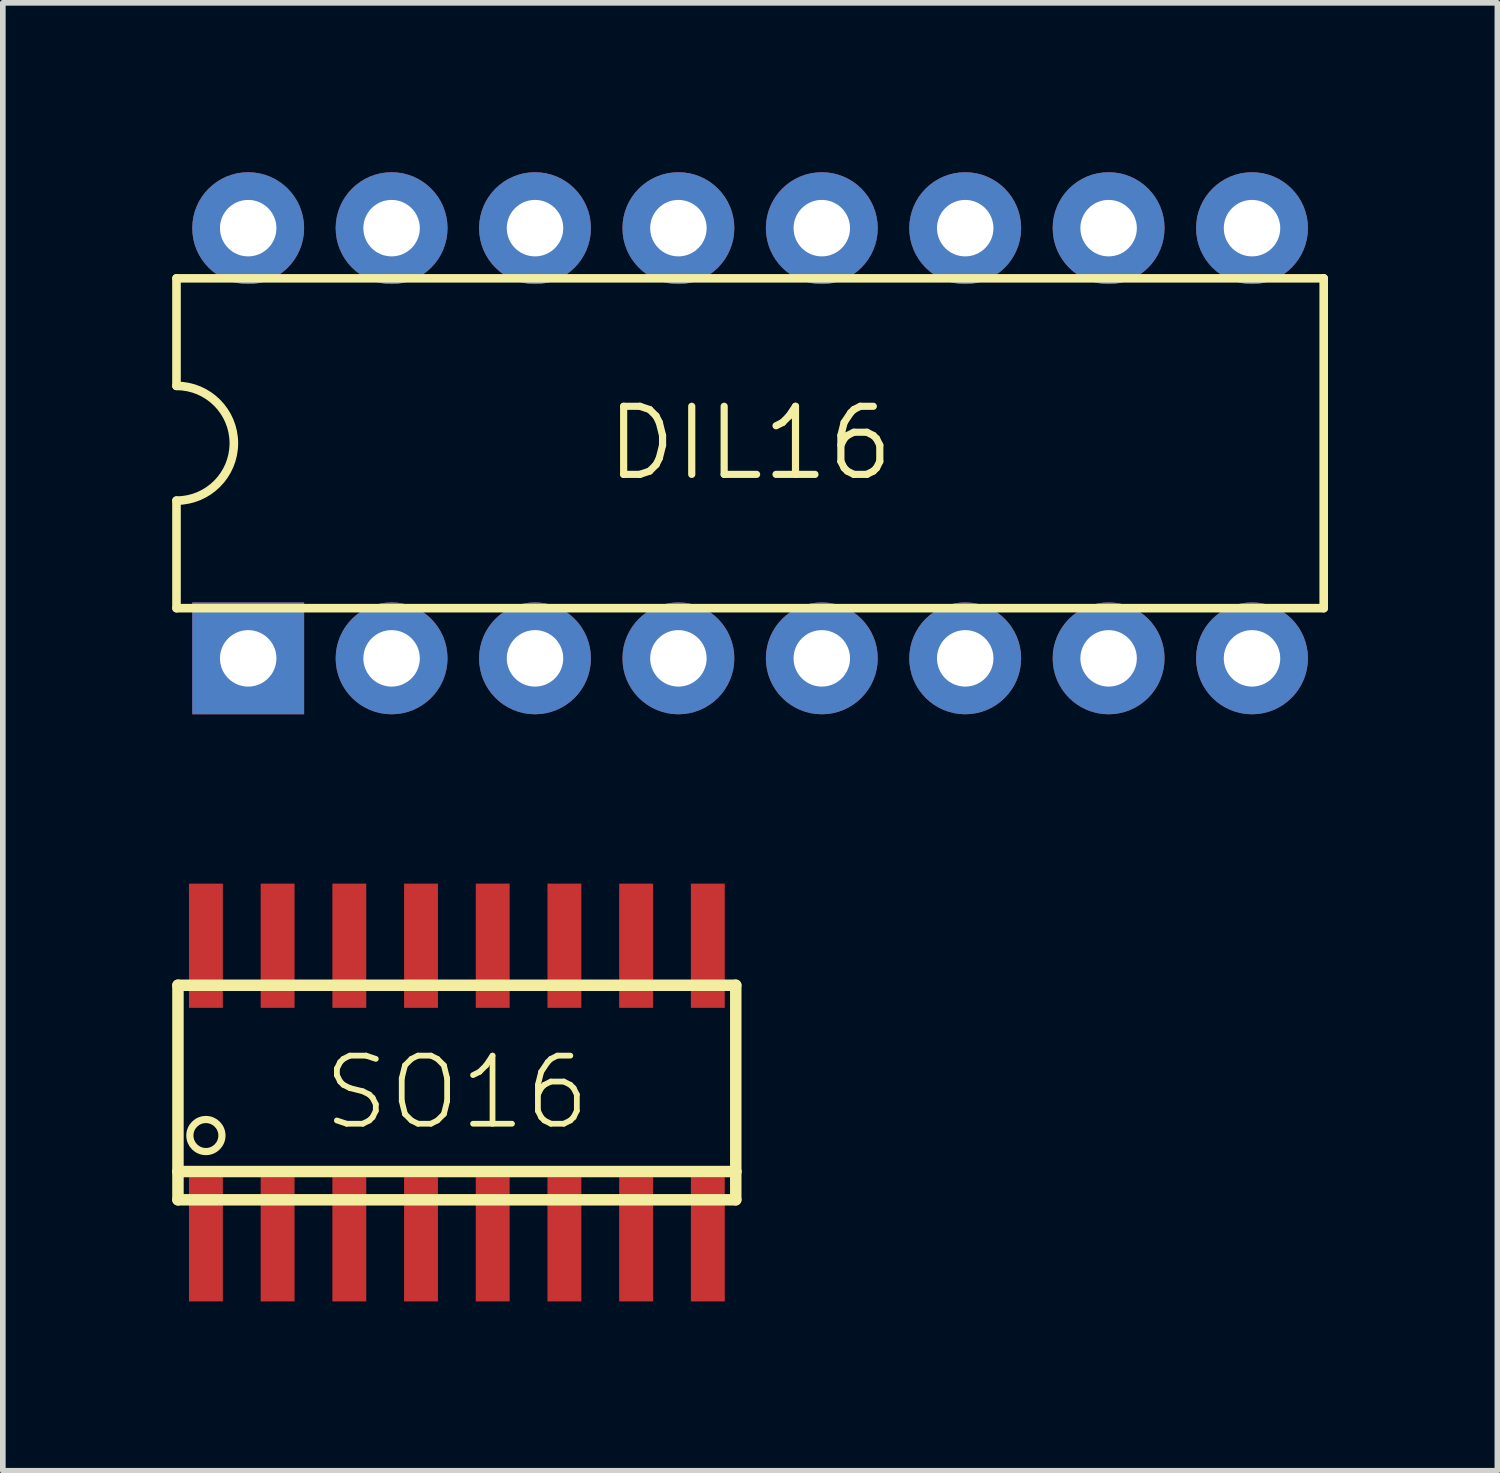
<source format=kicad_pcb>
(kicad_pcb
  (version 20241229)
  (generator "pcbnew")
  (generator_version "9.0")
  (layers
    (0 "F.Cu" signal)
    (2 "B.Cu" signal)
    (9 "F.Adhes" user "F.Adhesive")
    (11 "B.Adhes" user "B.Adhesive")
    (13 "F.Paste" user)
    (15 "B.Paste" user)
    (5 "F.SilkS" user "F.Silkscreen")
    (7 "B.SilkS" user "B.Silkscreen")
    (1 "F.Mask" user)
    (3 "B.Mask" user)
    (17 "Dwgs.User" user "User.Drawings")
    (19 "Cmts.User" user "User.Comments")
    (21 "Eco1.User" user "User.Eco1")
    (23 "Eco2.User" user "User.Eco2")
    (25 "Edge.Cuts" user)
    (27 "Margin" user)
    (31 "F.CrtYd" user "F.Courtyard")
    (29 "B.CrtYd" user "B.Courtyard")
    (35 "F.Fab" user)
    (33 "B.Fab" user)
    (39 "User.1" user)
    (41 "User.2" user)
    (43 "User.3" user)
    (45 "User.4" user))
  (footprint "DIL16"
    (layer "F.Cu")
    (at 10.236 4.801)
    (property "Reference" "DIL16" (at 0 0 0) (layer "F.SilkS") (effects (font (size 1.206 1.206) (thickness 0.127))))
    (attr through_hole)
    (fp_line (start -10.16 -2.921) (end -10.16 -1.016) (stroke (width 0.152) (type solid)) (layer "F.SilkS"))
    (fp_line (start -10.16 2.921) (end -10.16 1.016) (stroke (width 0.152) (type solid)) (layer "F.SilkS"))
    (fp_line (start -10.16 2.921) (end 10.16 2.921) (stroke (width 0.152) (type solid)) (layer "F.SilkS"))
    (fp_line (start 10.16 -2.921) (end -10.16 -2.921) (stroke (width 0.152) (type solid)) (layer "F.SilkS"))
    (fp_line (start 10.16 -2.921) (end 10.16 2.921) (stroke (width 0.152) (type solid)) (layer "F.SilkS"))
    (fp_arc (start -10.16 -1.016) (mid -9.144 0) (end -10.16 1.016) (stroke (width 0.1524) (type solid)) (layer "F.SilkS"))
    (pad "1" thru_hole rect (at -8.89 3.81 90) (size 1.981 1.981) (drill 1) (layers "*.Cu" "*.Mask"))
    (pad "2" thru_hole oval (at -6.35 3.81 90) (size 1.981 1.981) (drill 1) (layers "*.Cu" "*.Mask"))
    (pad "3" thru_hole oval (at -3.81 3.81 90) (size 1.981 1.981) (drill 1) (layers "*.Cu" "*.Mask"))
    (pad "4" thru_hole oval (at -1.27 3.81 90) (size 1.981 1.981) (drill 1) (layers "*.Cu" "*.Mask"))
    (pad "5" thru_hole oval (at 1.27 3.81 90) (size 1.981 1.981) (drill 1) (layers "*.Cu" "*.Mask"))
    (pad "6" thru_hole oval (at 3.81 3.81 90) (size 1.981 1.981) (drill 1) (layers "*.Cu" "*.Mask"))
    (pad "7" thru_hole oval (at 6.35 3.81 90) (size 1.981 1.981) (drill 1) (layers "*.Cu" "*.Mask"))
    (pad "8" thru_hole oval (at 8.89 3.81 90) (size 1.981 1.981) (drill 1) (layers "*.Cu" "*.Mask"))
    (pad "9" thru_hole oval (at 8.89 -3.81 90) (size 1.981 1.981) (drill 1) (layers "*.Cu" "*.Mask"))
    (pad "10" thru_hole oval (at 6.35 -3.81 90) (size 1.981 1.981) (drill 1) (layers "*.Cu" "*.Mask"))
    (pad "11" thru_hole oval (at 3.81 -3.81 90) (size 1.981 1.981) (drill 1) (layers "*.Cu" "*.Mask"))
    (pad "12" thru_hole oval (at 1.27 -3.81 90) (size 1.981 1.981) (drill 1) (layers "*.Cu" "*.Mask"))
    (pad "13" thru_hole oval (at -1.27 -3.81 90) (size 1.981 1.981) (drill 1) (layers "*.Cu" "*.Mask"))
    (pad "14" thru_hole oval (at -3.81 -3.81 90) (size 1.981 1.981) (drill 1) (layers "*.Cu" "*.Mask"))
    (pad "15" thru_hole oval (at -6.35 -3.81 90) (size 1.981 1.981) (drill 1) (layers "*.Cu" "*.Mask"))
    (pad "16" thru_hole oval (at -8.89 -3.81 90) (size 1.981 1.981) (drill 1) (layers "*.Cu" "*.Mask")))
  (footprint "SO16"
    (layer "F.Cu")
    (at 5.042 16.301)
    (property "Reference" "SO16" (at 0 0 0) (layer "F.SilkS") (effects (font (size 1.206 1.206) (thickness 0.102))))
    (attr through_hole)
    (fp_line (start -4.94 -1.9) (end 4.94 -1.9) (stroke (width 0.203) (type solid)) (layer "F.SilkS"))
    (fp_line (start -4.94 1.4) (end -4.94 -1.9) (stroke (width 0.203) (type solid)) (layer "F.SilkS"))
    (fp_line (start -4.94 1.9) (end -4.94 1.4) (stroke (width 0.203) (type solid)) (layer "F.SilkS"))
    (fp_line (start 4.94 -1.9) (end 4.94 1.4) (stroke (width 0.203) (type solid)) (layer "F.SilkS"))
    (fp_line (start 4.94 1.4) (end -4.94 1.4) (stroke (width 0.203) (type solid)) (layer "F.SilkS"))
    (fp_line (start 4.94 1.4) (end 4.94 1.9) (stroke (width 0.203) (type solid)) (layer "F.SilkS"))
    (fp_line (start 4.94 1.9) (end -4.94 1.9) (stroke (width 0.203) (type solid)) (layer "F.SilkS"))
    (fp_circle (center -4.445 0.762) (end -4.161 0.762) (stroke (width 0.127) (type solid)) (fill no) (layer "F.SilkS"))
    (pad "1" smd rect (at -4.445 2.6) (size 0.6 2.2) (layers "F.Cu" "F.Mask" "F.Paste"))
    (pad "2" smd rect (at -3.175 2.6) (size 0.6 2.2) (layers "F.Cu" "F.Mask" "F.Paste"))
    (pad "3" smd rect (at -1.905 2.6) (size 0.6 2.2) (layers "F.Cu" "F.Mask" "F.Paste"))
    (pad "4" smd rect (at -0.635 2.6) (size 0.6 2.2) (layers "F.Cu" "F.Mask" "F.Paste"))
    (pad "5" smd rect (at 0.635 2.6) (size 0.6 2.2) (layers "F.Cu" "F.Mask" "F.Paste"))
    (pad "6" smd rect (at 1.905 2.6) (size 0.6 2.2) (layers "F.Cu" "F.Mask" "F.Paste"))
    (pad "7" smd rect (at 3.175 2.6) (size 0.6 2.2) (layers "F.Cu" "F.Mask" "F.Paste"))
    (pad "8" smd rect (at 4.445 2.6) (size 0.6 2.2) (layers "F.Cu" "F.Mask" "F.Paste"))
    (pad "9" smd rect (at 4.445 -2.6) (size 0.6 2.2) (layers "F.Cu" "F.Mask" "F.Paste"))
    (pad "10" smd rect (at 3.175 -2.6) (size 0.6 2.2) (layers "F.Cu" "F.Mask" "F.Paste"))
    (pad "11" smd rect (at 1.905 -2.6) (size 0.6 2.2) (layers "F.Cu" "F.Mask" "F.Paste"))
    (pad "12" smd rect (at 0.635 -2.6) (size 0.6 2.2) (layers "F.Cu" "F.Mask" "F.Paste"))
    (pad "13" smd rect (at -0.635 -2.6) (size 0.6 2.2) (layers "F.Cu" "F.Mask" "F.Paste"))
    (pad "14" smd rect (at -1.905 -2.6) (size 0.6 2.2) (layers "F.Cu" "F.Mask" "F.Paste"))
    (pad "15" smd rect (at -3.175 -2.6) (size 0.6 2.2) (layers "F.Cu" "F.Mask" "F.Paste"))
    (pad "16" smd rect (at -4.445 -2.6) (size 0.6 2.2) (layers "F.Cu" "F.Mask" "F.Paste")))
  (gr_rect
    (start -3 -3)
    (end 23.472 23.001)
    (stroke (width 0.1) (type default))
    (fill no)
    (layer "Edge.Cuts")))
</source>
